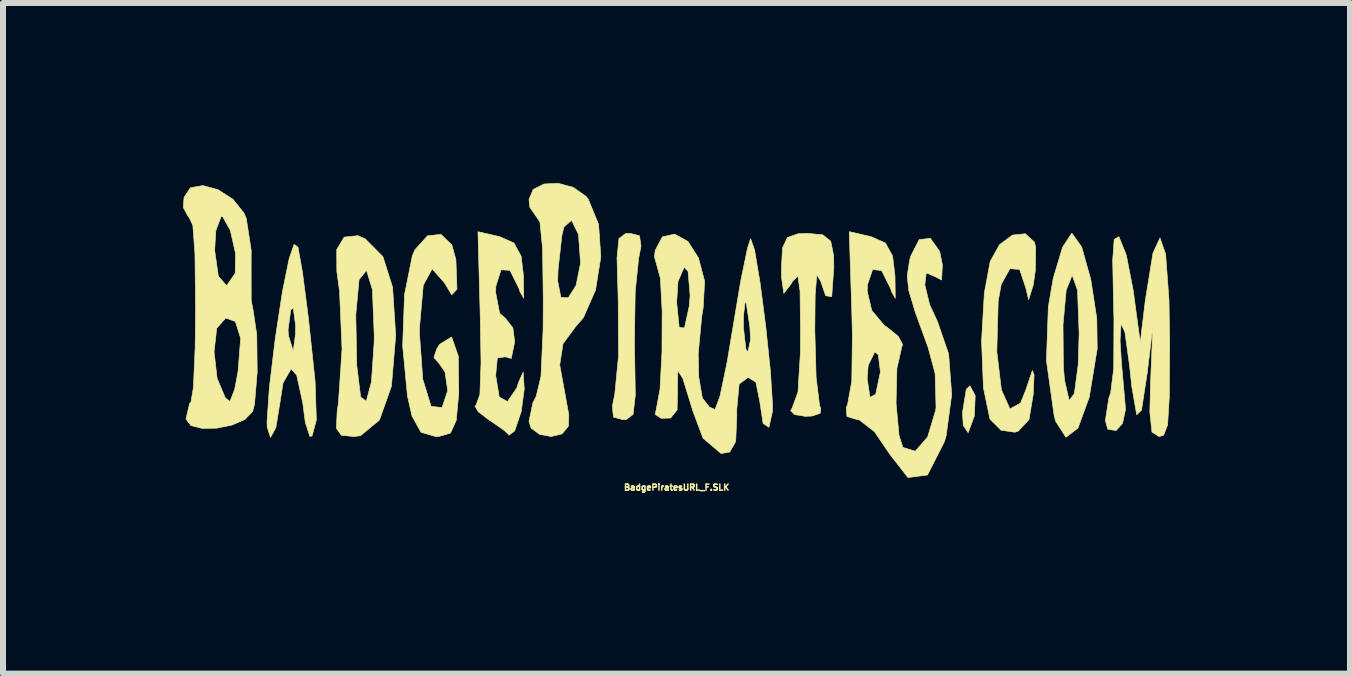
<source format=kicad_pcb>
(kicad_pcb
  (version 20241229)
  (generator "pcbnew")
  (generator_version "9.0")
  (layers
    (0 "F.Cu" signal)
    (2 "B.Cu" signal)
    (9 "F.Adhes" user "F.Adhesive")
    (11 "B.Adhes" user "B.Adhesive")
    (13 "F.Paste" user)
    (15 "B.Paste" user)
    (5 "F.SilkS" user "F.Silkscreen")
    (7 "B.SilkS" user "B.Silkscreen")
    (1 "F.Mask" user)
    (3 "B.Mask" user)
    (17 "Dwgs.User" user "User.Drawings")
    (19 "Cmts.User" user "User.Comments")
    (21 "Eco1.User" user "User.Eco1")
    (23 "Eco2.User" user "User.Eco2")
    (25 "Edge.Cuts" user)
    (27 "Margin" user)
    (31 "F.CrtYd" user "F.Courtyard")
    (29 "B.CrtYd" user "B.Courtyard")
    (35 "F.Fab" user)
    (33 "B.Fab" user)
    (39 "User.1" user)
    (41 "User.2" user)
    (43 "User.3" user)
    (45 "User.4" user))
  (footprint "BadgePiratesURL_F.SLK"
    (layer "F.Cu")
    (at 8.226 2.532)
    (property "Reference" "BadgePiratesURL_F.SLK" (at 0 2.54 0) (layer "F.SilkS") (effects (font (size 0.1 0.1) (thickness 0.025))))
    (attr board_only exclude_from_pos_files exclude_from_bom)
    (fp_poly (pts (xy 4.975 1.011) (xy 4.961 1.35) (xy 4.857 1.629) (xy 4.776 1.506) (xy 4.763 1.294) (xy 4.826 0.905) (xy 4.888 0.847) (xy 4.975 1.011)) (stroke (width 0.01) (type solid)) (fill yes) (layer "F.SilkS"))
    (fp_poly (pts (xy -0.619 -1.653) (xy -0.594 -1.481) (xy -0.634 -1.275) (xy -0.691 -0.72) (xy -0.704 0.115) (xy -0.701 0.277) (xy -0.689 1.001) (xy -0.726 1.324) (xy -0.839 1.409) (xy -0.901 1.411) (xy -1.053 1.369) (xy -1.072 1.19) (xy -1.031 0.985) (xy -0.969 0.349) (xy -0.974 -0.567) (xy -0.994 -1.286) (xy -0.962 -1.607) (xy -0.849 -1.691) (xy -0.776 -1.693) (xy -0.619 -1.653)) (stroke (width 0.01) (type solid)) (fill yes) (layer "F.SilkS"))
    (fp_poly (pts (xy 6.749 -1.467) (xy 6.901 -0.925) (xy 7.001 -0.274) (xy 7.008 0.23) (xy 6.875 1.038) (xy 6.688 1.551) (xy 6.487 1.705) (xy 6.315 1.438) (xy 6.29 1.341) (xy 6.162 0.429) (xy 6.183 -0.169) (xy 6.438 -0.169) (xy 6.444 0.526) (xy 6.463 0.75) (xy 6.541 1.092) (xy 6.627 0.977) (xy 6.691 0.495) (xy 6.707 -0.024) (xy 6.68 -0.745) (xy 6.594 -0.987) (xy 6.588 -0.988) (xy 6.491 -0.747) (xy 6.438 -0.169) (xy 6.183 -0.169) (xy 6.193 -0.466) (xy 6.275 -0.943) (xy 6.43 -1.461) (xy 6.581 -1.692) (xy 6.588 -1.693) (xy 6.749 -1.467)) (stroke (width 0.01) (type solid)) (fill yes) (layer "F.SilkS"))
    (fp_poly (pts (xy 5.959 -1.551) (xy 5.983 -1.468) (xy 5.977 -1.075) (xy 5.942 -0.833) (xy 5.865 -0.587) (xy 5.821 -0.776) (xy 5.715 -1.093) (xy 5.553 -1.104) (xy 5.408 -0.842) (xy 5.358 -0.564) (xy 5.335 0.279) (xy 5.411 0.912) (xy 5.553 1.231) (xy 5.73 1.136) (xy 5.815 0.924) (xy 5.927 0.593) (xy 5.956 0.663) (xy 5.942 0.988) (xy 5.871 1.411) (xy 5.692 1.603) (xy 5.635 1.621) (xy 5.405 1.587) (xy 5.226 1.409) (xy 5.219 1.396) (xy 5.112 0.879) (xy 5.081 0.102) (xy 5.127 -0.699) (xy 5.225 -1.226) (xy 5.38 -1.505) (xy 5.596 -1.665) (xy 5.81 -1.687) (xy 5.959 -1.551)) (stroke (width 0.01) (type solid)) (fill yes) (layer "F.SilkS"))
    (fp_poly (pts (xy -6.311 -1.464) (xy -6.237 -1.055) (xy -6.137 -0.284) (xy -6.025 0.774) (xy -6.004 1.415) (xy -6.075 1.681) (xy -6.111 1.693) (xy -6.188 1.461) (xy -6.231 1.129) (xy -6.332 0.67) (xy -6.425 0.564) (xy -6.56 0.802) (xy -6.611 1.129) (xy -6.679 1.544) (xy -6.768 1.707) (xy -6.824 1.534) (xy -6.826 1.446) (xy -6.787 0.875) (xy -6.691 0.074) (xy -6.667 -0.082) (xy -6.476 -0.082) (xy -6.466 0.02) (xy -6.389 0.27) (xy -6.352 -0.015) (xy -6.35 -0.158) (xy -6.389 -0.448) (xy -6.431 -0.42) (xy -6.476 -0.082) (xy -6.667 -0.082) (xy -6.57 -0.721) (xy -6.457 -1.274) (xy -6.457 -1.274) (xy -6.375 -1.51) (xy -6.311 -1.464)) (stroke (width 0.01) (type solid)) (fill yes) (layer "F.SilkS"))
    (fp_poly (pts (xy -5.189 -1.601) (xy -4.895 -1.305) (xy -4.734 -0.796) (xy -4.683 -0.006) (xy -4.683 0.019) (xy -4.753 0.854) (xy -4.953 1.418) (xy -5.269 1.679) (xy -5.378 1.693) (xy -5.588 1.671) (xy -5.67 1.557) (xy -5.658 1.283) (xy -5.636 1.129) (xy -5.576 0.233) (xy -5.601 -0.339) (xy -5.347 -0.339) (xy -5.331 0.508) (xy -5.266 1.034) (xy -5.172 1.104) (xy -5.086 0.78) (xy -5.041 0.122) (xy -5.04 0) (xy -5.07 -0.755) (xy -5.165 -1.065) (xy -5.173 -1.071) (xy -5.292 -0.924) (xy -5.347 -0.339) (xy -5.601 -0.339) (xy -5.618 -0.731) (xy -5.663 -1.06) (xy -5.665 -1.423) (xy -5.54 -1.631) (xy -5.311 -1.655) (xy -5.189 -1.601)) (stroke (width 0.01) (type solid)) (fill yes) (layer "F.SilkS"))
    (fp_poly (pts (xy 2.435 -1.669) (xy 2.567 -1.563) (xy 2.615 -1.327) (xy 2.619 -1.129) (xy 2.584 -0.638) (xy 2.483 -0.654) (xy 2.397 -0.903) (xy 2.336 -1.001) (xy 2.308 -0.675) (xy 2.302 -0.08) (xy 2.324 0.709) (xy 2.382 1.179) (xy 2.401 1.224) (xy 2.392 1.305) (xy 2.257 1.351) (xy 2.143 1.356) (xy 1.963 1.326) (xy 1.899 1.262) (xy 1.925 1.217) (xy 2.022 0.949) (xy 2.061 0.307) (xy 2.064 -0.031) (xy 2.056 -0.732) (xy 2.02 -0.982) (xy 1.932 -0.896) (xy 1.905 -0.847) (xy 1.785 -0.694) (xy 1.748 -0.956) (xy 1.746 -1.119) (xy 1.764 -1.451) (xy 1.844 -1.623) (xy 2.023 -1.687) (xy 2.183 -1.693) (xy 2.435 -1.669)) (stroke (width 0.01) (type solid)) (fill yes) (layer "F.SilkS"))
    (fp_poly (pts (xy -3.747 -1.502) (xy -3.679 -1.258) (xy -3.661 -0.762) (xy -3.749 -0.669) (xy -3.871 -0.872) (xy -4.075 -1.1) (xy -4.223 -0.829) (xy -4.286 -0.117) (xy -4.286 -0.019) (xy -4.231 0.737) (xy -4.092 1.19) (xy -3.91 1.209) (xy -3.909 1.208) (xy -3.815 0.926) (xy -3.861 0.615) (xy -3.949 0.488) (xy -4.046 0.373) (xy -3.996 0.229) (xy -3.949 0.155) (xy -3.751 0.033) (xy -3.639 0.351) (xy -3.631 0.966) (xy -3.673 1.424) (xy -3.769 1.635) (xy -3.964 1.692) (xy -4.016 1.693) (xy -4.26 1.622) (xy -4.41 1.352) (xy -4.486 1.018) (xy -4.566 0.181) (xy -4.535 -0.673) (xy -4.404 -1.323) (xy -4.362 -1.419) (xy -4.152 -1.653) (xy -3.927 -1.676) (xy -3.747 -1.502)) (stroke (width 0.01) (type solid)) (fill yes) (layer "F.SilkS"))
    (fp_poly (pts (xy -2.946 -1.637) (xy -2.711 -1.532) (xy -2.592 -1.313) (xy -2.553 -0.988) (xy -2.548 -0.612) (xy -2.611 -0.72) (xy -2.628 -0.776) (xy -2.778 -1.077) (xy -2.927 -1.086) (xy -3.012 -0.816) (xy -3.016 -0.706) (xy -2.95 -0.361) (xy -2.857 -0.282) (xy -2.729 -0.117) (xy -2.699 0.115) (xy -2.757 0.392) (xy -2.857 0.364) (xy -2.988 0.383) (xy -3.016 0.673) (xy -2.957 1.033) (xy -2.819 1.11) (xy -2.665 0.884) (xy -2.635 0.79) (xy -2.558 0.619) (xy -2.54 0.901) (xy -2.591 1.279) (xy -2.7 1.6) (xy -2.797 1.671) (xy -2.804 1.653) (xy -2.883 1.584) (xy -3.063 1.458) (xy -3.135 1.411) (xy -3.305 1.281) (xy -3.361 1.188) (xy -3.343 1.169) (xy -3.279 0.993) (xy -3.26 0.461) (xy -3.273 -0.296) (xy -3.311 -1.721) (xy -2.946 -1.637)) (stroke (width 0.01) (type solid)) (fill yes) (layer "F.SilkS"))
    (fp_poly (pts (xy 7.371 -1.634) (xy 7.492 -1.335) (xy 7.609 -0.736) (xy 7.612 -0.71) (xy 7.725 0.126) (xy 7.809 -0.572) (xy 7.937 -1.365) (xy 8.054 -1.617) (xy 8.148 -1.349) (xy 8.204 -0.585) (xy 8.215 0.145) (xy 8.209 1.036) (xy 8.181 1.499) (xy 8.114 1.672) (xy 8.039 1.693) (xy 7.92 1.618) (xy 7.885 1.283) (xy 7.898 0.776) (xy 7.935 -0.141) (xy 7.841 0.635) (xy 7.746 1.254) (xy 7.666 1.329) (xy 7.583 0.853) (xy 7.548 0.519) (xy 7.47 -0.045) (xy 7.406 -0.189) (xy 7.389 0.097) (xy 7.413 0.473) (xy 7.463 1.037) (xy 7.48 1.242) (xy 7.43 1.474) (xy 7.322 1.593) (xy 7.184 1.571) (xy 7.144 1.426) (xy 7.202 1.051) (xy 7.232 0.968) (xy 7.283 0.558) (xy 7.287 -0.259) (xy 7.281 -0.474) (xy 7.266 -1.248) (xy 7.291 -1.593) (xy 7.366 -1.637) (xy 7.371 -1.634)) (stroke (width 0.01) (type solid)) (fill yes) (layer "F.SilkS"))
    (fp_poly (pts (xy -1.724 -2.46) (xy -1.514 -2.313) (xy -1.474 -2.265) (xy -1.301 -1.842) (xy -1.264 -1.301) (xy -1.352 -0.749) (xy -1.554 -0.289) (xy -1.688 -0.133) (xy -1.894 0.145) (xy -1.949 0.498) (xy -1.87 0.931) (xy -1.797 1.334) (xy -1.803 1.519) (xy -1.91 1.648) (xy -2.091 1.692) (xy -2.284 1.657) (xy -2.426 1.552) (xy -2.461 1.441) (xy -2.397 1.133) (xy -2.342 1.027) (xy -2.261 0.691) (xy -2.226 -0.083) (xy -2.223 -0.556) (xy -2.227 -0.898) (xy -1.983 -0.898) (xy -1.929 -0.627) (xy -1.806 -0.62) (xy -1.676 -0.826) (xy -1.602 -1.197) (xy -1.602 -1.2) (xy -1.636 -1.675) (xy -1.751 -1.91) (xy -1.877 -1.802) (xy -1.912 -1.664) (xy -1.976 -1.093) (xy -1.983 -0.898) (xy -2.227 -0.898) (xy -2.235 -1.446) (xy -2.279 -1.883) (xy -2.342 -1.976) (xy -2.447 -2.128) (xy -2.461 -2.258) (xy -2.39 -2.426) (xy -2.211 -2.516) (xy -1.973 -2.527) (xy -1.724 -2.46)) (stroke (width 0.01) (type solid)) (fill yes) (layer "F.SilkS"))
    (fp_poly (pts (xy -7.641 -2.42) (xy -7.395 -2.262) (xy -7.211 -2.033) (xy -7.172 -1.943) (xy -7.09 -1.411) (xy -7.091 -1.078) (xy -7.09 -0.575) (xy -7.057 -0.407) (xy -6.997 -0.003) (xy -6.99 0.62) (xy -7.035 1.155) (xy -7.067 1.276) (xy -7.194 1.407) (xy -7.409 1.501) (xy -7.662 1.553) (xy -7.907 1.557) (xy -8.094 1.51) (xy -8.175 1.404) (xy -8.176 1.393) (xy -8.115 1.136) (xy -8.096 1.129) (xy -8.053 0.874) (xy -8.027 0.28) (xy -7.709 0.28) (xy -7.658 0.724) (xy -7.52 1.05) (xy -7.444 1.107) (xy -7.366 0.909) (xy -7.308 0.602) (xy -7.266 0.054) (xy -7.354 -0.224) (xy -7.514 -0.282) (xy -7.664 -0.113) (xy -7.709 0.28) (xy -8.027 0.28) (xy -8.024 0.215) (xy -8.017 -0.423) (xy -8.027 -1.35) (xy -8.031 -1.411) (xy -7.699 -1.411) (xy -7.637 -0.977) (xy -7.499 -0.822) (xy -7.358 -1.026) (xy -7.356 -1.032) (xy -7.352 -1.363) (xy -7.438 -1.744) (xy -7.564 -1.968) (xy -7.59 -1.976) (xy -7.679 -1.74) (xy -7.699 -1.411) (xy -8.031 -1.411) (xy -8.063 -1.83) (xy -8.134 -1.975) (xy -8.141 -1.976) (xy -8.221 -2.123) (xy -8.209 -2.293) (xy -8.102 -2.454) (xy -7.894 -2.49) (xy -7.641 -2.42)) (stroke (width 0.01) (type solid)) (fill yes) (layer "F.SilkS"))
    (fp_poly (pts (xy 3.243 -1.637) (xy 3.479 -1.532) (xy 3.598 -1.316) (xy 3.638 -0.988) (xy 3.643 -0.612) (xy 3.581 -0.72) (xy 3.564 -0.776) (xy 3.415 -1.073) (xy 3.266 -1.092) (xy 3.18 -0.84) (xy 3.175 -0.73) (xy 3.25 -0.411) (xy 3.458 -0.161) (xy 3.512 -0.124) (xy 3.693 0.023) (xy 3.765 0.158) (xy 3.75 0.206) (xy 3.67 0.556) (xy 3.656 1.138) (xy 3.706 1.677) (xy 3.77 1.874) (xy 3.976 1.937) (xy 4.182 1.7) (xy 4.316 1.254) (xy 4.322 1.204) (xy 4.307 0.643) (xy 4.192 0.214) (xy 3.977 -0.377) (xy 3.868 -0.74) (xy 3.842 -0.986) (xy 3.879 -1.225) (xy 3.898 -1.309) (xy 4.041 -1.589) (xy 4.227 -1.611) (xy 4.382 -1.395) (xy 4.428 -1.17) (xy 4.415 -0.916) (xy 4.296 -0.977) (xy 4.159 -1.034) (xy 4.135 -0.838) (xy 4.216 -0.504) (xy 4.346 -0.224) (xy 4.532 0.317) (xy 4.583 0.996) (xy 4.491 1.677) (xy 4.463 1.776) (xy 4.18 2.333) (xy 3.854 2.376) (xy 3.552 1.988) (xy 3.296 1.612) (xy 3.042 1.415) (xy 2.997 1.407) (xy 2.837 1.358) (xy 2.826 1.212) (xy 2.849 1.154) (xy 2.918 0.772) (xy 2.919 0.729) (xy 3.175 0.729) (xy 3.221 1.038) (xy 3.316 0.989) (xy 3.395 0.617) (xy 3.36 0.329) (xy 3.301 0.282) (xy 3.191 0.509) (xy 3.175 0.729) (xy 2.919 0.729) (xy 2.928 0.006) (xy 2.918 -0.408) (xy 2.876 -1.722) (xy 3.243 -1.637)) (stroke (width 0.01) (type solid)) (fill yes) (layer "F.SilkS"))
    (fp_poly (pts (xy 0.187 -1.56) (xy 0.362 -1.287) (xy 0.466 -0.896) (xy 0.442 -0.457) (xy 0.418 -0.311) (xy 0.359 0.312) (xy 0.367 0.694) (xy 0.428 1.051) (xy 0.547 1.203) (xy 0.639 1.242) (xy 0.72 1.029) (xy 0.841 0.452) (xy 0.937 -0.122) (xy 0.94 -0.141) (xy 1.111 -0.141) (xy 1.153 0.235) (xy 1.188 0.282) (xy 1.232 0.075) (xy 1.219 -0.141) (xy 1.163 -0.512) (xy 1.142 -0.564) (xy 1.115 -0.334) (xy 1.111 -0.141) (xy 0.94 -0.141) (xy 1.068 -0.903) (xy 1.181 -1.448) (xy 1.232 -1.606) (xy 1.298 -1.418) (xy 1.39 -0.87) (xy 1.485 -0.138) (xy 1.562 0.6) (xy 1.598 1.167) (xy 1.597 1.27) (xy 1.537 1.538) (xy 1.441 1.476) (xy 1.389 1.138) (xy 1.389 1.129) (xy 1.32 0.788) (xy 1.191 0.706) (xy 1.041 0.818) (xy 1.001 1.247) (xy 1.002 1.341) (xy 0.984 1.775) (xy 0.885 1.95) (xy 0.74 1.976) (xy 0.439 1.72) (xy 0.271 1.27) (xy 0.101 0.719) (xy 0.019 0.597) (xy 0.014 0.889) (xy 0.016 0.917) (xy 0.007 1.25) (xy -0.101 1.384) (xy -0.258 1.389) (xy -0.358 1.324) (xy -0.337 1.224) (xy -0.277 0.9) (xy -0.245 0.286) (xy -0.242 -0.402) (xy -0.25 -0.541) (xy 0 -0.541) (xy 0.042 -0.127) (xy 0.13 -0.117) (xy 0.21 -0.48) (xy 0.224 -0.658) (xy 0.19 -1.061) (xy 0.125 -1.129) (xy 0.022 -0.891) (xy 0 -0.541) (xy -0.25 -0.541) (xy -0.271 -0.944) (xy -0.322 -1.129) (xy -0.37 -1.302) (xy -0.357 -1.411) (xy -0.238 -1.635) (xy -0.035 -1.681) (xy 0.187 -1.56)) (stroke (width 0.01) (type solid)) (fill yes) (layer "F.SilkS")))
  (gr_rect
    (start -3 -3)
    (end 19.446 8.175)
    (stroke (width 0.1) (type default))
    (fill no)
    (layer "Edge.Cuts")))
</source>
